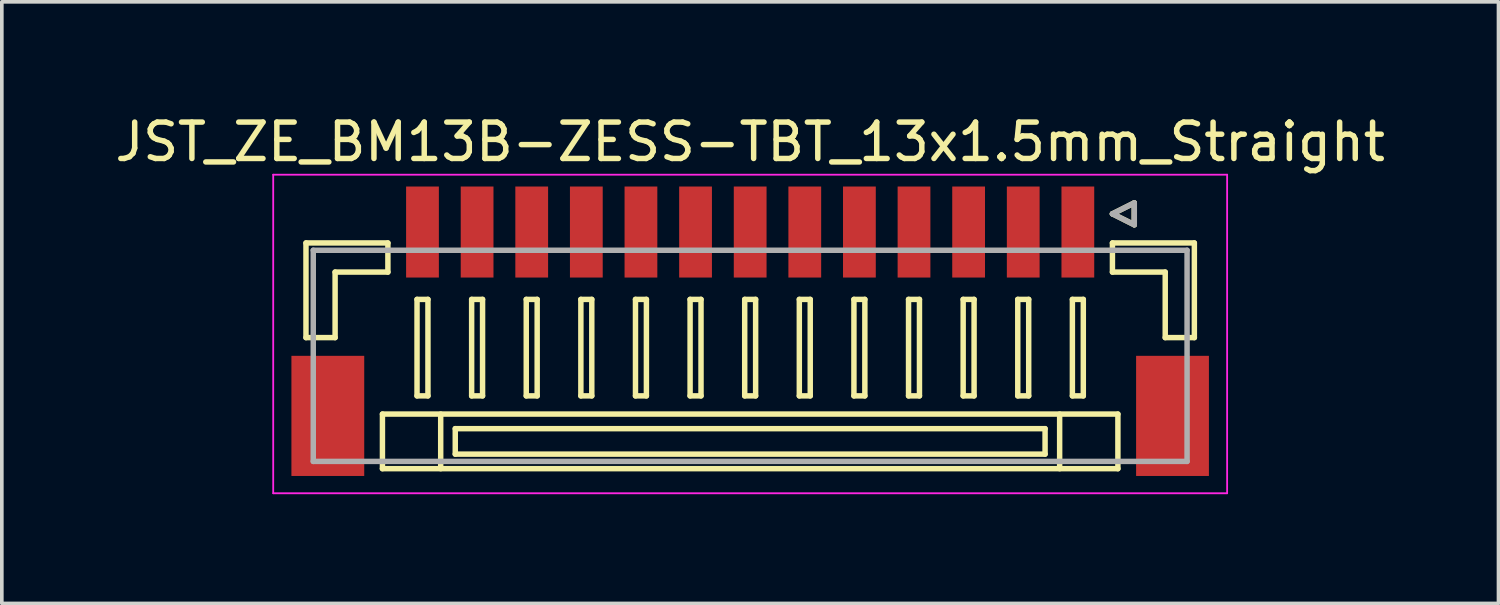
<source format=kicad_pcb>
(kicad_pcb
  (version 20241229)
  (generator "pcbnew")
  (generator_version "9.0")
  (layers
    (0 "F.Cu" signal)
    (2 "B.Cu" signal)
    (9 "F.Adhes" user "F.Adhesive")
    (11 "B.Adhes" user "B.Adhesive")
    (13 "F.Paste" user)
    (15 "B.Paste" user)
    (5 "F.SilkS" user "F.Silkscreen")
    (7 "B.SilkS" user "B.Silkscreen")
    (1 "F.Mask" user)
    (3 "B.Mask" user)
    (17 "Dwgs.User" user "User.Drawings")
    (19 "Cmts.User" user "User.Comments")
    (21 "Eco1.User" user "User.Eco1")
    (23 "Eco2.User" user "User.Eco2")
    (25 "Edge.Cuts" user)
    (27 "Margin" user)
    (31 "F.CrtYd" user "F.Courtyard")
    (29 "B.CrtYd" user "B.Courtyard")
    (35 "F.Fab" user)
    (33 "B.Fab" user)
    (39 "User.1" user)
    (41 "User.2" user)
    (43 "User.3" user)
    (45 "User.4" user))
  (footprint "JST_ZE_BM13B-ZESS-TBT_13x1.5mm_Straight"
    (layer "F.Cu")
    (at 17.554 5.848)
    (property "Reference" "JST_ZE_BM13B-ZESS-TBT_13x1.5mm_Straight" (at 0 -5 0) (layer "F.SilkS") (effects (font (size 1 1) (thickness 0.15))))
    (attr smd)
    (fp_line (start -12.2 -2.225) (end -12.2 0.375) (stroke (width 0.15) (type solid)) (layer "F.SilkS"))
    (fp_line (start -12.2 0.375) (end -11.4 0.375) (stroke (width 0.15) (type solid)) (layer "F.SilkS"))
    (fp_line (start -11.4 -1.425) (end -9.95 -1.425) (stroke (width 0.15) (type solid)) (layer "F.SilkS"))
    (fp_line (start -11.4 0.375) (end -11.4 -1.425) (stroke (width 0.15) (type solid)) (layer "F.SilkS"))
    (fp_line (start -10.1 2.475) (end -10.1 3.975) (stroke (width 0.15) (type solid)) (layer "F.SilkS"))
    (fp_line (start -10.1 3.975) (end 10.1 3.975) (stroke (width 0.15) (type solid)) (layer "F.SilkS"))
    (fp_line (start -9.95 -2.225) (end -12.2 -2.225) (stroke (width 0.15) (type solid)) (layer "F.SilkS"))
    (fp_line (start -9.95 -1.425) (end -9.95 -2.225) (stroke (width 0.15) (type solid)) (layer "F.SilkS"))
    (fp_line (start -9.15 -0.675) (end -9.15 1.975) (stroke (width 0.15) (type solid)) (layer "F.SilkS"))
    (fp_line (start -9.15 1.975) (end -8.85 1.975) (stroke (width 0.15) (type solid)) (layer "F.SilkS"))
    (fp_line (start -8.85 -0.675) (end -9.15 -0.675) (stroke (width 0.15) (type solid)) (layer "F.SilkS"))
    (fp_line (start -8.85 1.975) (end -8.85 -0.675) (stroke (width 0.15) (type solid)) (layer "F.SilkS"))
    (fp_line (start -8.5 2.475) (end -8.5 3.975) (stroke (width 0.15) (type solid)) (layer "F.SilkS"))
    (fp_line (start -8.1 2.875) (end -8.1 3.575) (stroke (width 0.15) (type solid)) (layer "F.SilkS"))
    (fp_line (start -8.1 3.575) (end 8.1 3.575) (stroke (width 0.15) (type solid)) (layer "F.SilkS"))
    (fp_line (start -7.65 -0.675) (end -7.65 1.975) (stroke (width 0.15) (type solid)) (layer "F.SilkS"))
    (fp_line (start -7.65 1.975) (end -7.35 1.975) (stroke (width 0.15) (type solid)) (layer "F.SilkS"))
    (fp_line (start -7.35 -0.675) (end -7.65 -0.675) (stroke (width 0.15) (type solid)) (layer "F.SilkS"))
    (fp_line (start -7.35 1.975) (end -7.35 -0.675) (stroke (width 0.15) (type solid)) (layer "F.SilkS"))
    (fp_line (start -6.15 -0.675) (end -6.15 1.975) (stroke (width 0.15) (type solid)) (layer "F.SilkS"))
    (fp_line (start -6.15 1.975) (end -5.85 1.975) (stroke (width 0.15) (type solid)) (layer "F.SilkS"))
    (fp_line (start -5.85 -0.675) (end -6.15 -0.675) (stroke (width 0.15) (type solid)) (layer "F.SilkS"))
    (fp_line (start -5.85 1.975) (end -5.85 -0.675) (stroke (width 0.15) (type solid)) (layer "F.SilkS"))
    (fp_line (start -4.65 -0.675) (end -4.65 1.975) (stroke (width 0.15) (type solid)) (layer "F.SilkS"))
    (fp_line (start -4.65 1.975) (end -4.35 1.975) (stroke (width 0.15) (type solid)) (layer "F.SilkS"))
    (fp_line (start -4.35 -0.675) (end -4.65 -0.675) (stroke (width 0.15) (type solid)) (layer "F.SilkS"))
    (fp_line (start -4.35 1.975) (end -4.35 -0.675) (stroke (width 0.15) (type solid)) (layer "F.SilkS"))
    (fp_line (start -3.15 -0.675) (end -3.15 1.975) (stroke (width 0.15) (type solid)) (layer "F.SilkS"))
    (fp_line (start -3.15 1.975) (end -2.85 1.975) (stroke (width 0.15) (type solid)) (layer "F.SilkS"))
    (fp_line (start -2.85 -0.675) (end -3.15 -0.675) (stroke (width 0.15) (type solid)) (layer "F.SilkS"))
    (fp_line (start -2.85 1.975) (end -2.85 -0.675) (stroke (width 0.15) (type solid)) (layer "F.SilkS"))
    (fp_line (start -1.65 -0.675) (end -1.65 1.975) (stroke (width 0.15) (type solid)) (layer "F.SilkS"))
    (fp_line (start -1.65 1.975) (end -1.35 1.975) (stroke (width 0.15) (type solid)) (layer "F.SilkS"))
    (fp_line (start -1.35 -0.675) (end -1.65 -0.675) (stroke (width 0.15) (type solid)) (layer "F.SilkS"))
    (fp_line (start -1.35 1.975) (end -1.35 -0.675) (stroke (width 0.15) (type solid)) (layer "F.SilkS"))
    (fp_line (start -0.15 -0.675) (end -0.15 1.975) (stroke (width 0.15) (type solid)) (layer "F.SilkS"))
    (fp_line (start -0.15 1.975) (end 0.15 1.975) (stroke (width 0.15) (type solid)) (layer "F.SilkS"))
    (fp_line (start 0.15 -0.675) (end -0.15 -0.675) (stroke (width 0.15) (type solid)) (layer "F.SilkS"))
    (fp_line (start 0.15 1.975) (end 0.15 -0.675) (stroke (width 0.15) (type solid)) (layer "F.SilkS"))
    (fp_line (start 1.35 -0.675) (end 1.35 1.975) (stroke (width 0.15) (type solid)) (layer "F.SilkS"))
    (fp_line (start 1.35 1.975) (end 1.65 1.975) (stroke (width 0.15) (type solid)) (layer "F.SilkS"))
    (fp_line (start 1.65 -0.675) (end 1.35 -0.675) (stroke (width 0.15) (type solid)) (layer "F.SilkS"))
    (fp_line (start 1.65 1.975) (end 1.65 -0.675) (stroke (width 0.15) (type solid)) (layer "F.SilkS"))
    (fp_line (start 2.85 -0.675) (end 2.85 1.975) (stroke (width 0.15) (type solid)) (layer "F.SilkS"))
    (fp_line (start 2.85 1.975) (end 3.15 1.975) (stroke (width 0.15) (type solid)) (layer "F.SilkS"))
    (fp_line (start 3.15 -0.675) (end 2.85 -0.675) (stroke (width 0.15) (type solid)) (layer "F.SilkS"))
    (fp_line (start 3.15 1.975) (end 3.15 -0.675) (stroke (width 0.15) (type solid)) (layer "F.SilkS"))
    (fp_line (start 4.35 -0.675) (end 4.35 1.975) (stroke (width 0.15) (type solid)) (layer "F.SilkS"))
    (fp_line (start 4.35 1.975) (end 4.65 1.975) (stroke (width 0.15) (type solid)) (layer "F.SilkS"))
    (fp_line (start 4.65 -0.675) (end 4.35 -0.675) (stroke (width 0.15) (type solid)) (layer "F.SilkS"))
    (fp_line (start 4.65 1.975) (end 4.65 -0.675) (stroke (width 0.15) (type solid)) (layer "F.SilkS"))
    (fp_line (start 5.85 -0.675) (end 5.85 1.975) (stroke (width 0.15) (type solid)) (layer "F.SilkS"))
    (fp_line (start 5.85 1.975) (end 6.15 1.975) (stroke (width 0.15) (type solid)) (layer "F.SilkS"))
    (fp_line (start 6.15 -0.675) (end 5.85 -0.675) (stroke (width 0.15) (type solid)) (layer "F.SilkS"))
    (fp_line (start 6.15 1.975) (end 6.15 -0.675) (stroke (width 0.15) (type solid)) (layer "F.SilkS"))
    (fp_line (start 7.35 -0.675) (end 7.35 1.975) (stroke (width 0.15) (type solid)) (layer "F.SilkS"))
    (fp_line (start 7.35 1.975) (end 7.65 1.975) (stroke (width 0.15) (type solid)) (layer "F.SilkS"))
    (fp_line (start 7.65 -0.675) (end 7.35 -0.675) (stroke (width 0.15) (type solid)) (layer "F.SilkS"))
    (fp_line (start 7.65 1.975) (end 7.65 -0.675) (stroke (width 0.15) (type solid)) (layer "F.SilkS"))
    (fp_line (start 8.1 2.875) (end -8.1 2.875) (stroke (width 0.15) (type solid)) (layer "F.SilkS"))
    (fp_line (start 8.1 3.575) (end 8.1 2.875) (stroke (width 0.15) (type solid)) (layer "F.SilkS"))
    (fp_line (start 8.5 2.475) (end 8.5 3.975) (stroke (width 0.15) (type solid)) (layer "F.SilkS"))
    (fp_line (start 8.85 -0.675) (end 8.85 1.975) (stroke (width 0.15) (type solid)) (layer "F.SilkS"))
    (fp_line (start 8.85 1.975) (end 9.15 1.975) (stroke (width 0.15) (type solid)) (layer "F.SilkS"))
    (fp_line (start 9.15 -0.675) (end 8.85 -0.675) (stroke (width 0.15) (type solid)) (layer "F.SilkS"))
    (fp_line (start 9.15 1.975) (end 9.15 -0.675) (stroke (width 0.15) (type solid)) (layer "F.SilkS"))
    (fp_line (start 9.95 -3.025) (end 10.55 -3.325) (stroke (width 0.15) (type solid)) (layer "F.SilkS"))
    (fp_line (start 9.95 -2.225) (end 12.2 -2.225) (stroke (width 0.15) (type solid)) (layer "F.SilkS"))
    (fp_line (start 9.95 -1.425) (end 9.95 -2.225) (stroke (width 0.15) (type solid)) (layer "F.SilkS"))
    (fp_line (start 10.1 2.475) (end -10.1 2.475) (stroke (width 0.15) (type solid)) (layer "F.SilkS"))
    (fp_line (start 10.1 3.975) (end 10.1 2.475) (stroke (width 0.15) (type solid)) (layer "F.SilkS"))
    (fp_line (start 10.55 -3.325) (end 10.55 -2.725) (stroke (width 0.15) (type solid)) (layer "F.SilkS"))
    (fp_line (start 10.55 -2.725) (end 9.95 -3.025) (stroke (width 0.15) (type solid)) (layer "F.SilkS"))
    (fp_line (start 11.4 -1.425) (end 9.95 -1.425) (stroke (width 0.15) (type solid)) (layer "F.SilkS"))
    (fp_line (start 11.4 0.375) (end 11.4 -1.425) (stroke (width 0.15) (type solid)) (layer "F.SilkS"))
    (fp_line (start 12.2 -2.225) (end 12.2 0.375) (stroke (width 0.15) (type solid)) (layer "F.SilkS"))
    (fp_line (start 12.2 0.375) (end 11.4 0.375) (stroke (width 0.15) (type solid)) (layer "F.SilkS"))
    (fp_line (start -13.1 -4.1) (end -13.1 4.65) (stroke (width 0.05) (type solid)) (layer "F.CrtYd"))
    (fp_line (start -13.1 4.65) (end 13.1 4.65) (stroke (width 0.05) (type solid)) (layer "F.CrtYd"))
    (fp_line (start 13.1 -4.1) (end -13.1 -4.1) (stroke (width 0.05) (type solid)) (layer "F.CrtYd"))
    (fp_line (start 13.1 4.65) (end 13.1 -4.1) (stroke (width 0.05) (type solid)) (layer "F.CrtYd"))
    (fp_line (start -12 -2.025) (end -12 3.775) (stroke (width 0.15) (type solid)) (layer "F.Fab"))
    (fp_line (start -12 3.775) (end 12 3.775) (stroke (width 0.15) (type solid)) (layer "F.Fab"))
    (fp_line (start 9.95 -3.025) (end 10.55 -3.325) (stroke (width 0.15) (type solid)) (layer "F.Fab"))
    (fp_line (start 10.55 -3.325) (end 10.55 -2.725) (stroke (width 0.15) (type solid)) (layer "F.Fab"))
    (fp_line (start 10.55 -2.725) (end 9.95 -3.025) (stroke (width 0.15) (type solid)) (layer "F.Fab"))
    (fp_line (start 12 -2.025) (end -12 -2.025) (stroke (width 0.15) (type solid)) (layer "F.Fab"))
    (fp_line (start 12 3.775) (end 12 -2.025) (stroke (width 0.15) (type solid)) (layer "F.Fab"))
    (pad "" smd rect (at -11.6 2.525) (size 2 3.3) (layers "F.Cu" "F.Mask" "F.Paste"))
    (pad "" smd rect (at 11.6 2.525) (size 2 3.3) (layers "F.Cu" "F.Mask" "F.Paste"))
    (pad "1" smd rect (at 9 -2.525) (size 0.9 2.5) (layers "F.Cu" "F.Mask" "F.Paste"))
    (pad "2" smd rect (at 7.5 -2.525) (size 0.9 2.5) (layers "F.Cu" "F.Mask" "F.Paste"))
    (pad "3" smd rect (at 6 -2.525) (size 0.9 2.5) (layers "F.Cu" "F.Mask" "F.Paste"))
    (pad "4" smd rect (at 4.5 -2.525) (size 0.9 2.5) (layers "F.Cu" "F.Mask" "F.Paste"))
    (pad "5" smd rect (at 3 -2.525) (size 0.9 2.5) (layers "F.Cu" "F.Mask" "F.Paste"))
    (pad "6" smd rect (at 1.5 -2.525) (size 0.9 2.5) (layers "F.Cu" "F.Mask" "F.Paste"))
    (pad "7" smd rect (at 0 -2.525) (size 0.9 2.5) (layers "F.Cu" "F.Mask" "F.Paste"))
    (pad "8" smd rect (at -1.5 -2.525) (size 0.9 2.5) (layers "F.Cu" "F.Mask" "F.Paste"))
    (pad "9" smd rect (at -3 -2.525) (size 0.9 2.5) (layers "F.Cu" "F.Mask" "F.Paste"))
    (pad "10" smd rect (at -4.5 -2.525) (size 0.9 2.5) (layers "F.Cu" "F.Mask" "F.Paste"))
    (pad "11" smd rect (at -6 -2.525) (size 0.9 2.5) (layers "F.Cu" "F.Mask" "F.Paste"))
    (pad "12" smd rect (at -7.5 -2.525) (size 0.9 2.5) (layers "F.Cu" "F.Mask" "F.Paste"))
    (pad "13" smd rect (at -9 -2.525) (size 0.9 2.5) (layers "F.Cu" "F.Mask" "F.Paste")))
  (gr_rect
    (start -3 -3)
    (end 38.107 13.523)
    (stroke (width 0.1) (type default))
    (fill no)
    (layer "Edge.Cuts")))
</source>
